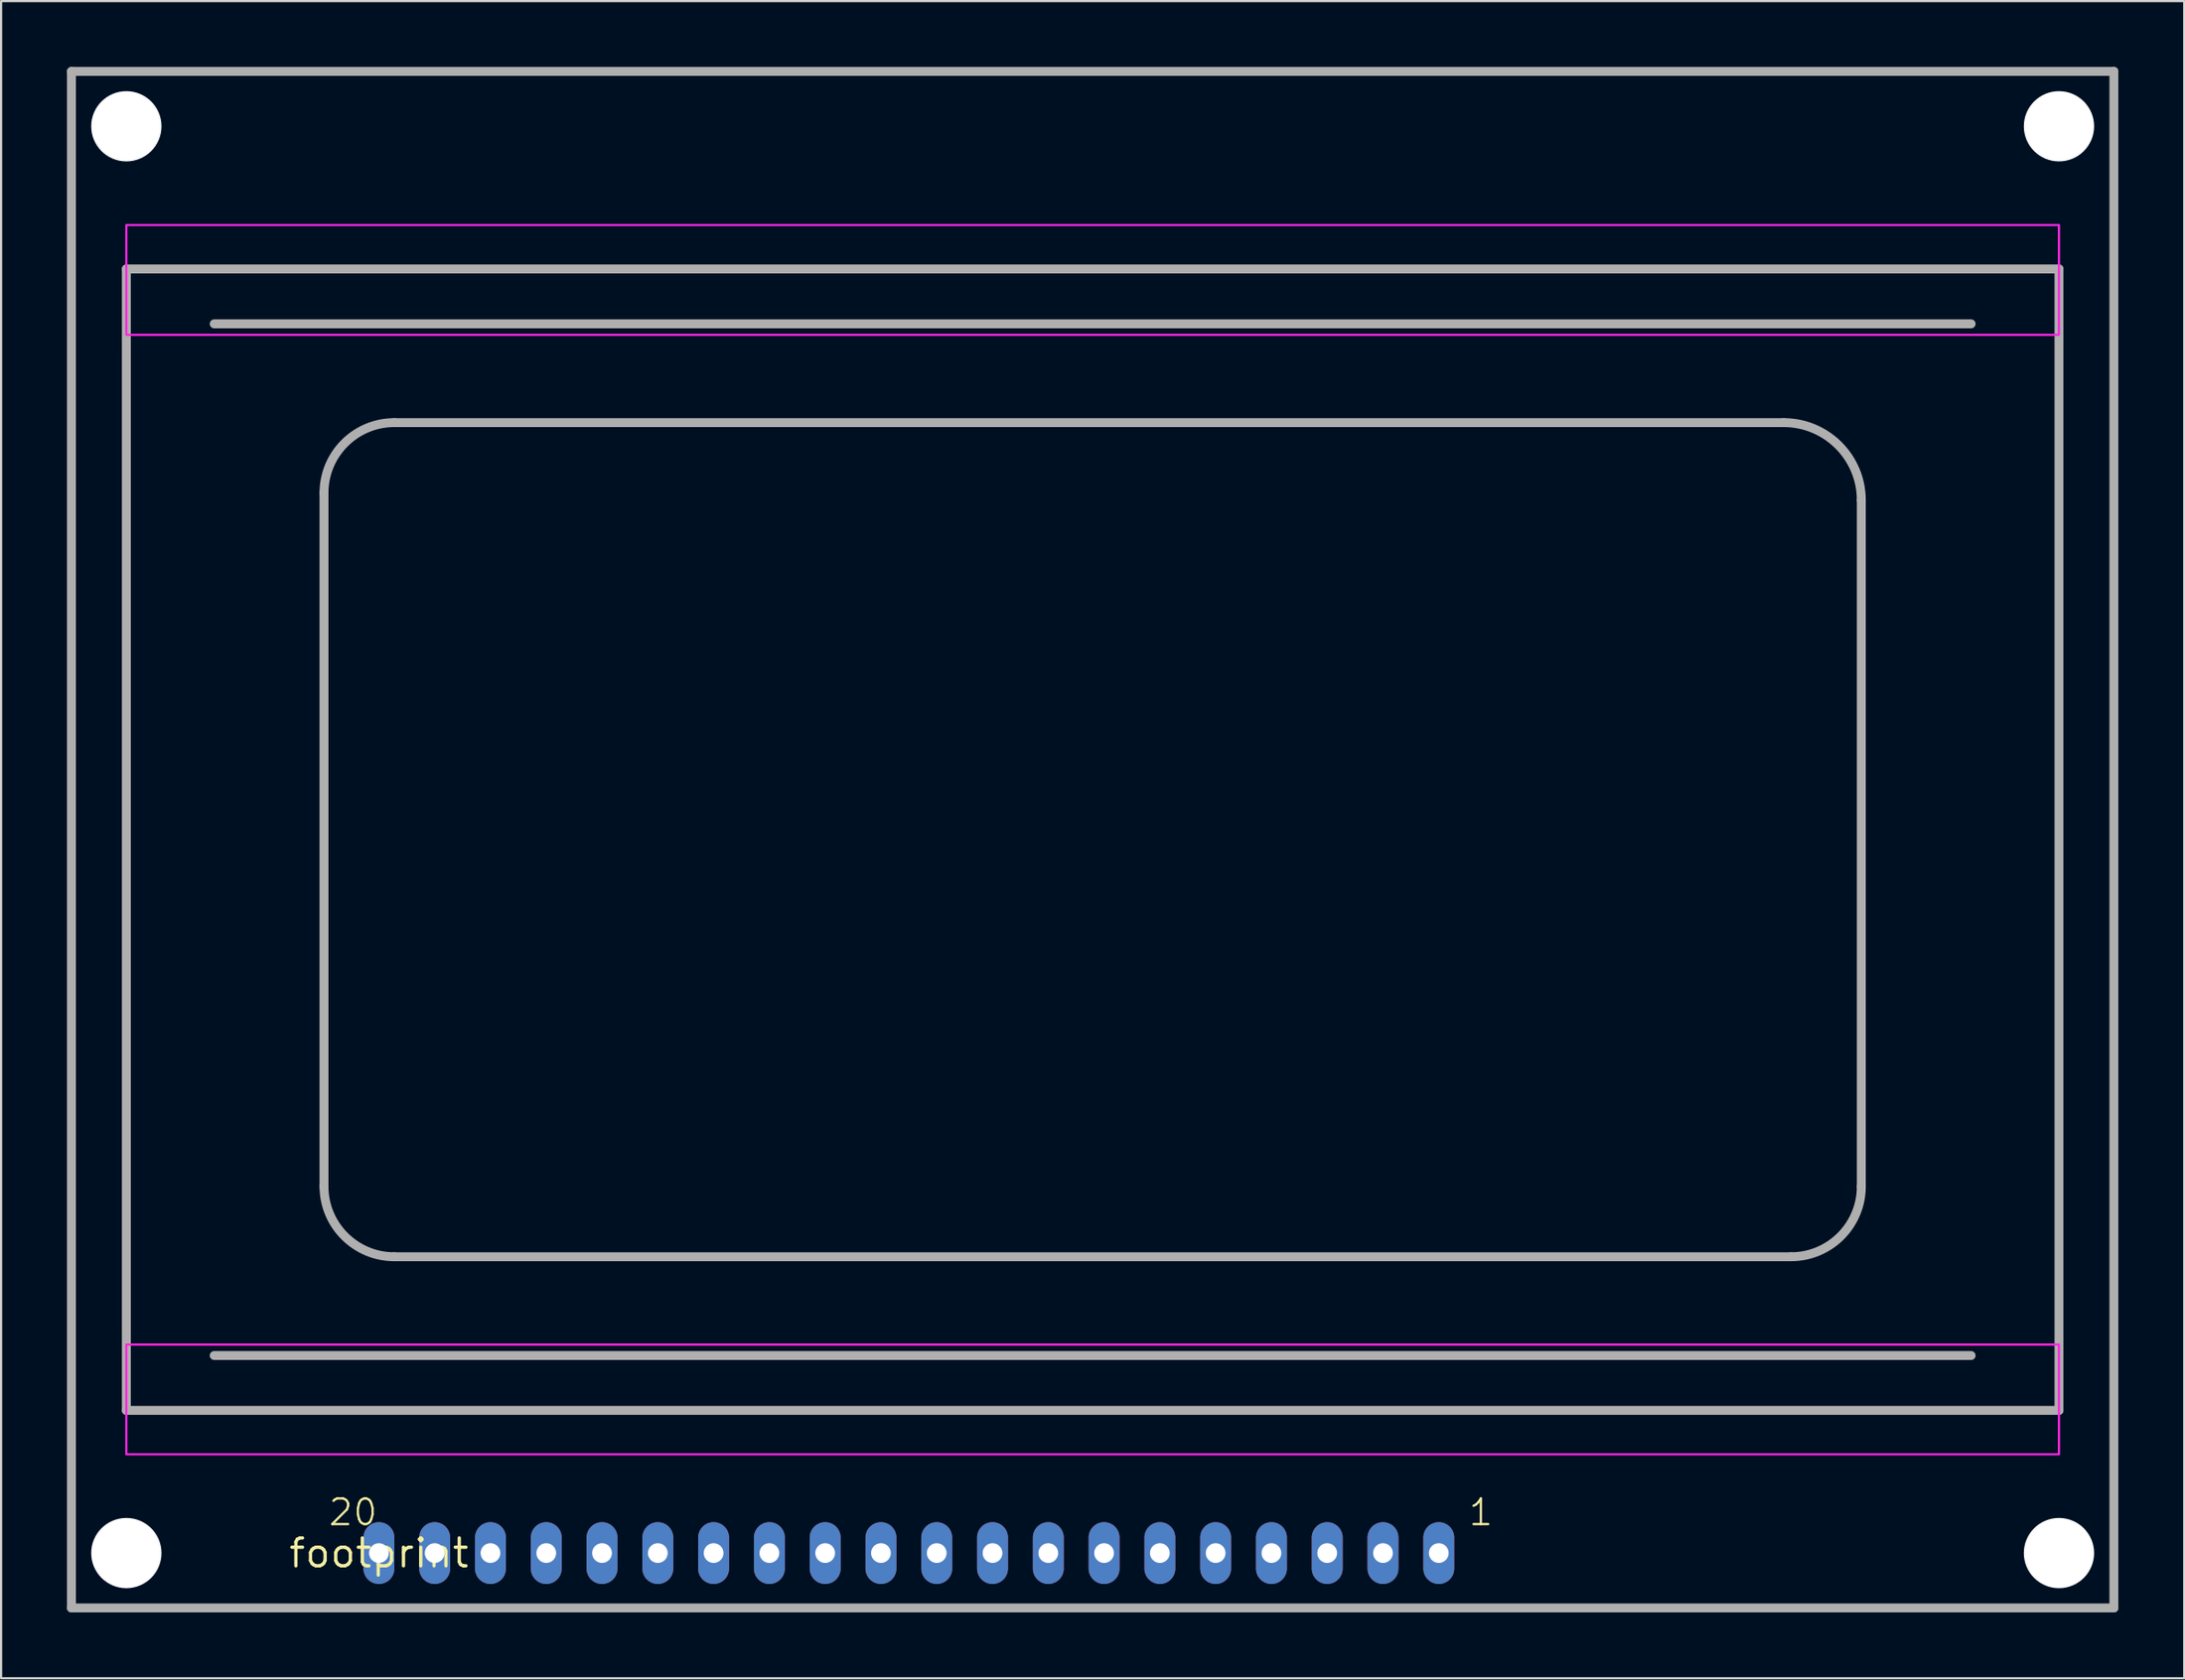
<source format=kicad_pcb>
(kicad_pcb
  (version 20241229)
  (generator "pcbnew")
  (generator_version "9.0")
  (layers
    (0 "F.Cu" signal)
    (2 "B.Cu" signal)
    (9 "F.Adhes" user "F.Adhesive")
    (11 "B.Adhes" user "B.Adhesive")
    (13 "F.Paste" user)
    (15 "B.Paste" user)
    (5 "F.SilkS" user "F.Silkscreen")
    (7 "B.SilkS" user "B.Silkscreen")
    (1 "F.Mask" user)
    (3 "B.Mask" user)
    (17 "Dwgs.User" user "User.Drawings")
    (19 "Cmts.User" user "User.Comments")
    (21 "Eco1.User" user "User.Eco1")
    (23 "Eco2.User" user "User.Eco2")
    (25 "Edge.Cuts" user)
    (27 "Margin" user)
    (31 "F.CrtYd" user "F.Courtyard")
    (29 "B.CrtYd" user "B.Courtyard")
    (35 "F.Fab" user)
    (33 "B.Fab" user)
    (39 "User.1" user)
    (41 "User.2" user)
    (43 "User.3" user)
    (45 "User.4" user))
  (footprint "footprint"
    (layer "F.Cu")
    (at 14.203 67.703)
    (property "Reference" "footprint" (at 0 0 0) (layer "F.SilkS") (effects (font (size 1.27 1.27) (thickness 0.15))))
    (fp_poly (pts (xy -11.5 -55.5) (xy 76.5 -55.5) (xy 76.5 -60.5) (xy -11.5 -60.5)) (stroke (width 0.1) (type solid)) (fill no) (layer "F.CrtYd"))
    (fp_poly (pts (xy -11.5 -4.5) (xy 76.5 -4.5) (xy 76.5 -9.5) (xy -11.5 -9.5)) (stroke (width 0.1) (type solid)) (fill no) (layer "F.CrtYd"))
    (fp_line (start -14 -67.5) (end -14 2.5) (stroke (width 0.406) (type solid)) (layer "F.Fab"))
    (fp_line (start -14 2.5) (end 79 2.5) (stroke (width 0.406) (type solid)) (layer "F.Fab"))
    (fp_line (start -11.5 -58.5) (end 76.5 -58.5) (stroke (width 0.406) (type solid)) (layer "F.Fab"))
    (fp_line (start -11.5 -6.5) (end -11.5 -58.5) (stroke (width 0.406) (type solid)) (layer "F.Fab"))
    (fp_line (start -7.5 -56) (end 72.5 -56) (stroke (width 0.406) (type solid)) (layer "F.Fab"))
    (fp_line (start -7.5 -9) (end 72.5 -9) (stroke (width 0.406) (type solid)) (layer "F.Fab"))
    (fp_line (start -2.5 -16.701) (end -2.5 -48.298) (stroke (width 0.406) (type solid)) (layer "F.Fab"))
    (fp_line (start 0.702 -51.5) (end 63.965 -51.5) (stroke (width 0.406) (type solid)) (layer "F.Fab"))
    (fp_line (start 64.299 -13.5) (end 0.702 -13.5) (stroke (width 0.406) (type solid)) (layer "F.Fab"))
    (fp_line (start 67.5 -47.965) (end 67.5 -16.701) (stroke (width 0.406) (type solid)) (layer "F.Fab"))
    (fp_line (start 76.5 -58.5) (end 76.5 -6.5) (stroke (width 0.406) (type solid)) (layer "F.Fab"))
    (fp_line (start 76.5 -6.5) (end -11.5 -6.5) (stroke (width 0.406) (type solid)) (layer "F.Fab"))
    (fp_line (start 79 -67.5) (end -14 -67.5) (stroke (width 0.406) (type solid)) (layer "F.Fab"))
    (fp_line (start 79 2.5) (end 79 -67.5) (stroke (width 0.406) (type solid)) (layer "F.Fab"))
    (fp_arc (start -2.5 -48.2985) (mid -1.562302 -50.562302) (end 0.7015 -51.5) (stroke (width 0.4064) (type solid)) (layer "F.Fab"))
    (fp_arc (start 0.7015 -13.5) (mid -1.562302 -14.437698) (end -2.5 -16.7015) (stroke (width 0.4064) (type solid)) (layer "F.Fab"))
    (fp_arc (start 63.9645 -51.5) (mid 66.464476 -50.464476) (end 67.5 -47.9645) (stroke (width 0.4064) (type solid)) (layer "F.Fab"))
    (fp_arc (start 67.5 -16.7015) (mid 66.562302 -14.437698) (end 64.2985 -13.5) (stroke (width 0.4064) (type solid)) (layer "F.Fab"))
    (fp_text user "20" (at 0 -2.54 0) (layer "F.SilkS") (effects (font (size 1.168 1.168) (thickness 0.102)) (justify right top)))
    (fp_text user "1" (at 50.8 -2.54 0) (layer "F.SilkS") (effects (font (size 1.168 1.168) (thickness 0.102)) (justify right top)))
    (pad "" np_thru_hole circle (at -11.5 -65) (size 3.2 3.2) (drill 3.2) (layers "*.Cu" "*.Mask"))
    (pad "" np_thru_hole circle (at -11.5 0) (size 3.2 3.2) (drill 3.2) (layers "*.Cu" "*.Mask"))
    (pad "" np_thru_hole circle (at 76.5 -65) (size 3.2 3.2) (drill 3.2) (layers "*.Cu" "*.Mask"))
    (pad "" np_thru_hole circle (at 76.5 0) (size 3.2 3.2) (drill 3.2) (layers "*.Cu" "*.Mask"))
    (pad "1" thru_hole oval (at 48.26 0 90) (size 2.816 1.408) (drill 0.9) (layers "*.Cu" "*.Mask"))
    (pad "2" thru_hole oval (at 45.72 0 90) (size 2.816 1.408) (drill 0.9) (layers "*.Cu" "*.Mask"))
    (pad "3" thru_hole oval (at 43.18 0 90) (size 2.816 1.408) (drill 0.9) (layers "*.Cu" "*.Mask"))
    (pad "4" thru_hole oval (at 40.64 0 90) (size 2.816 1.408) (drill 0.9) (layers "*.Cu" "*.Mask"))
    (pad "5" thru_hole oval (at 38.1 0 90) (size 2.816 1.408) (drill 0.9) (layers "*.Cu" "*.Mask"))
    (pad "6" thru_hole oval (at 35.56 0 90) (size 2.816 1.408) (drill 0.9) (layers "*.Cu" "*.Mask"))
    (pad "7" thru_hole oval (at 33.02 0 90) (size 2.816 1.408) (drill 0.9) (layers "*.Cu" "*.Mask"))
    (pad "8" thru_hole oval (at 30.48 0 90) (size 2.816 1.408) (drill 0.9) (layers "*.Cu" "*.Mask"))
    (pad "9" thru_hole oval (at 27.94 0 90) (size 2.816 1.408) (drill 0.9) (layers "*.Cu" "*.Mask"))
    (pad "10" thru_hole oval (at 25.4 0 90) (size 2.816 1.408) (drill 0.9) (layers "*.Cu" "*.Mask"))
    (pad "11" thru_hole oval (at 22.86 0 90) (size 2.816 1.408) (drill 0.9) (layers "*.Cu" "*.Mask"))
    (pad "12" thru_hole oval (at 20.32 0 90) (size 2.816 1.408) (drill 0.9) (layers "*.Cu" "*.Mask"))
    (pad "13" thru_hole oval (at 17.78 0 90) (size 2.816 1.408) (drill 0.9) (layers "*.Cu" "*.Mask"))
    (pad "14" thru_hole oval (at 15.24 0 90) (size 2.816 1.408) (drill 0.9) (layers "*.Cu" "*.Mask"))
    (pad "15" thru_hole oval (at 12.7 0 90) (size 2.816 1.408) (drill 0.9) (layers "*.Cu" "*.Mask"))
    (pad "16" thru_hole oval (at 10.16 0 90) (size 2.816 1.408) (drill 0.9) (layers "*.Cu" "*.Mask"))
    (pad "17" thru_hole oval (at 7.62 0 90) (size 2.816 1.408) (drill 0.9) (layers "*.Cu" "*.Mask"))
    (pad "18" thru_hole oval (at 5.08 0 90) (size 2.816 1.408) (drill 0.9) (layers "*.Cu" "*.Mask"))
    (pad "19" thru_hole oval (at 2.54 0 90) (size 2.816 1.408) (drill 0.9) (layers "*.Cu" "*.Mask"))
    (pad "20" thru_hole oval (at 0 0 90) (size 2.816 1.408) (drill 0.9) (layers "*.Cu" "*.Mask")))
  (gr_rect
    (start -3 -3)
    (end 96.406 73.406)
    (stroke (width 0.1) (type default))
    (fill no)
    (layer "Edge.Cuts")))
</source>
